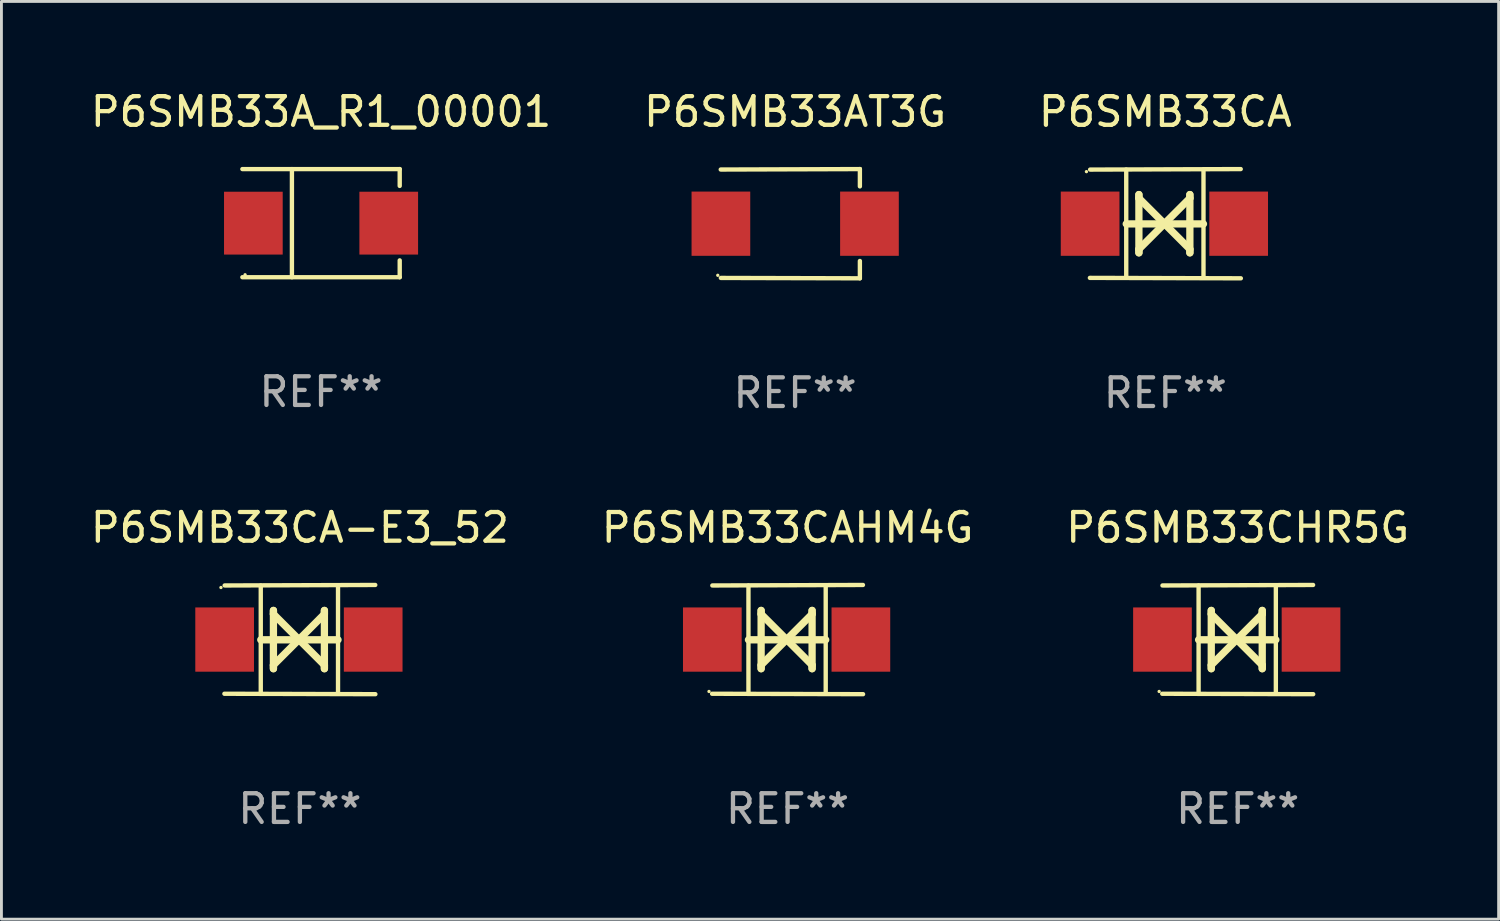
<source format=kicad_pcb>
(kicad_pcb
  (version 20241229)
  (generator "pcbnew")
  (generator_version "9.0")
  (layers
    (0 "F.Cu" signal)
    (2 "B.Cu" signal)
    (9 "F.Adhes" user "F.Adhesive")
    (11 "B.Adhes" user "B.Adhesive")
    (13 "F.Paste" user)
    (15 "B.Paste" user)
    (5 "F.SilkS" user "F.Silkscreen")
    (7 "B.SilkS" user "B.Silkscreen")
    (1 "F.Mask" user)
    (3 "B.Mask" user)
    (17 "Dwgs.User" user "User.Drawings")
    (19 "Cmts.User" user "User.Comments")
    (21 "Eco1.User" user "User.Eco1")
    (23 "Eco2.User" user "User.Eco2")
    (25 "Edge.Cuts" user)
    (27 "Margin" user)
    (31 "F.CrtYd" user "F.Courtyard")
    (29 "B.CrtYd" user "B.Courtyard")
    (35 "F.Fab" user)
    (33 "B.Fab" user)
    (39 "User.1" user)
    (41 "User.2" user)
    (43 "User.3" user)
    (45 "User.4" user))
  (footprint "P6SMB33A_R1_00001"
    (layer "F.Cu")
    (at 8.149 4.734)
    (property "Reference" "P6SMB33A_R1_00001" (at 0 -3.886 0) (layer "F.SilkS") (effects (font (size 1 1) (thickness 0.15))))
    (attr through_hole)
    (fp_line (start -2.744 -1.886) (end 2.744 -1.886) (stroke (width 0.152) (type solid)) (layer "F.SilkS"))
    (fp_line (start -2.744 1.886) (end 2.744 1.886) (stroke (width 0.152) (type solid)) (layer "F.SilkS"))
    (fp_line (start -1.016 -1.886) (end -1.016 1.886) (stroke (width 0.152) (type solid)) (layer "F.SilkS"))
    (fp_line (start 2.744 -1.886) (end 2.744 -1.299) (stroke (width 0.152) (type solid)) (layer "F.SilkS"))
    (fp_line (start 2.744 1.886) (end 2.744 1.299) (stroke (width 0.152) (type solid)) (layer "F.SilkS"))
    (fp_circle (center -2.65 1.8) (end -2.62 1.8) (stroke (width 0.06) (type solid)) (fill no) (layer "F.SilkS"))
    (fp_text user "REF**" (at 0 5.886 0) (layer "F.Fab") (effects (font (size 1 1) (thickness 0.15))))
    (pad "1" smd rect (at -2.361 0) (size 2.047 2.192) (layers "F.Cu" "F.Mask" "F.Paste"))
    (pad "2" smd rect (at 2.361 0) (size 2.047 2.192) (layers "F.Cu" "F.Mask" "F.Paste")))
  (footprint "P6SMB33CAHM4G"
    (layer "F.Cu")
    (at 24.423 19.26)
    (property "Reference" "P6SMB33CAHM4G" (at 0 -3.905 0) (layer "F.SilkS") (effects (font (size 1 1) (thickness 0.15))))
    (attr through_hole)
    (fp_line (start -1.365 1.886) (end -1.365 -1.886) (stroke (width 0.152) (type solid)) (layer "F.SilkS"))
    (fp_line (start -1.365 0.008) (end 1.33 0.008) (stroke (width 0.254) (type solid)) (layer "F.SilkS"))
    (fp_line (start -0.923 -1.016) (end -0.923 1.016) (stroke (width 0.254) (type solid)) (layer "F.SilkS"))
    (fp_line (start -0.923 -0.889) (end -0.923 -1.016) (stroke (width 0.254) (type solid)) (layer "F.SilkS"))
    (fp_line (start -0.923 0.889) (end -0.034 0) (stroke (width 0.254) (type solid)) (layer "F.SilkS"))
    (fp_line (start -0.923 1.016) (end -0.923 0.889) (stroke (width 0.254) (type solid)) (layer "F.SilkS"))
    (fp_line (start -0.034 0) (end -0.923 -0.889) (stroke (width 0.254) (type solid)) (layer "F.SilkS"))
    (fp_line (start -0.034 0) (end 0.855 0.889) (stroke (width 0.254) (type solid)) (layer "F.SilkS"))
    (fp_line (start 0.855 -1.016) (end 0.855 -0.889) (stroke (width 0.254) (type solid)) (layer "F.SilkS"))
    (fp_line (start 0.855 -0.889) (end -0.034 0) (stroke (width 0.254) (type solid)) (layer "F.SilkS"))
    (fp_line (start 0.855 0.889) (end 0.855 1.016) (stroke (width 0.254) (type solid)) (layer "F.SilkS"))
    (fp_line (start 0.855 1.016) (end 0.855 -1.016) (stroke (width 0.254) (type solid)) (layer "F.SilkS"))
    (fp_line (start 1.33 1.886) (end 1.33 -1.886) (stroke (width 0.152) (type solid)) (layer "F.SilkS"))
    (fp_line (start 2.629 -1.905) (end -2.625 -1.887) (stroke (width 0.152) (type solid)) (layer "F.SilkS"))
    (fp_line (start 2.633 1.905) (end -2.633 1.89) (stroke (width 0.152) (type solid)) (layer "F.SilkS"))
    (fp_circle (center -2.741 1.81) (end -2.711 1.81) (stroke (width 0.06) (type solid)) (fill no) (layer "F.SilkS"))
    (fp_text user "REF**" (at 0 5.905 0) (layer "F.Fab") (effects (font (size 1 1) (thickness 0.15))))
    (pad "1" smd rect (at -2.625 0) (size 2.047 2.241) (layers "F.Cu" "F.Mask" "F.Paste"))
    (pad "2" smd rect (at 2.557 0) (size 2.047 2.241) (layers "F.Cu" "F.Mask" "F.Paste")))
  (footprint "P6SMB33CHR5G"
    (layer "F.Cu")
    (at 40.125 19.26)
    (property "Reference" "P6SMB33CHR5G" (at 0 -3.905 0) (layer "F.SilkS") (effects (font (size 1 1) (thickness 0.15))))
    (attr through_hole)
    (fp_line (start -1.365 1.886) (end -1.365 -1.886) (stroke (width 0.152) (type solid)) (layer "F.SilkS"))
    (fp_line (start -1.365 0.008) (end 1.33 0.008) (stroke (width 0.254) (type solid)) (layer "F.SilkS"))
    (fp_line (start -0.923 -1.016) (end -0.923 1.016) (stroke (width 0.254) (type solid)) (layer "F.SilkS"))
    (fp_line (start -0.923 -0.889) (end -0.923 -1.016) (stroke (width 0.254) (type solid)) (layer "F.SilkS"))
    (fp_line (start -0.923 0.889) (end -0.034 0) (stroke (width 0.254) (type solid)) (layer "F.SilkS"))
    (fp_line (start -0.923 1.016) (end -0.923 0.889) (stroke (width 0.254) (type solid)) (layer "F.SilkS"))
    (fp_line (start -0.034 0) (end -0.923 -0.889) (stroke (width 0.254) (type solid)) (layer "F.SilkS"))
    (fp_line (start -0.034 0) (end 0.855 0.889) (stroke (width 0.254) (type solid)) (layer "F.SilkS"))
    (fp_line (start 0.855 -1.016) (end 0.855 -0.889) (stroke (width 0.254) (type solid)) (layer "F.SilkS"))
    (fp_line (start 0.855 -0.889) (end -0.034 0) (stroke (width 0.254) (type solid)) (layer "F.SilkS"))
    (fp_line (start 0.855 0.889) (end 0.855 1.016) (stroke (width 0.254) (type solid)) (layer "F.SilkS"))
    (fp_line (start 0.855 1.016) (end 0.855 -1.016) (stroke (width 0.254) (type solid)) (layer "F.SilkS"))
    (fp_line (start 1.33 1.886) (end 1.33 -1.886) (stroke (width 0.152) (type solid)) (layer "F.SilkS"))
    (fp_line (start 2.629 -1.905) (end -2.625 -1.887) (stroke (width 0.152) (type solid)) (layer "F.SilkS"))
    (fp_line (start 2.633 1.905) (end -2.633 1.89) (stroke (width 0.152) (type solid)) (layer "F.SilkS"))
    (fp_circle (center -2.741 1.81) (end -2.711 1.81) (stroke (width 0.06) (type solid)) (fill no) (layer "F.SilkS"))
    (fp_text user "REF**" (at 0 5.905 0) (layer "F.Fab") (effects (font (size 1 1) (thickness 0.15))))
    (pad "1" smd rect (at -2.625 0) (size 2.047 2.241) (layers "F.Cu" "F.Mask" "F.Paste"))
    (pad "2" smd rect (at 2.557 0) (size 2.047 2.241) (layers "F.Cu" "F.Mask" "F.Paste")))
  (footprint "P6SMB33CA-E3_52"
    (layer "F.Cu")
    (at 7.411 19.26)
    (property "Reference" "P6SMB33CA-E3_52" (at 0 -3.905 0) (layer "F.SilkS") (effects (font (size 1 1) (thickness 0.15))))
    (attr through_hole)
    (fp_line (start -1.365 1.886) (end -1.365 -1.886) (stroke (width 0.152) (type solid)) (layer "F.SilkS"))
    (fp_line (start -1.365 0.008) (end 1.33 0.008) (stroke (width 0.254) (type solid)) (layer "F.SilkS"))
    (fp_line (start -0.923 -1.016) (end -0.923 1.016) (stroke (width 0.254) (type solid)) (layer "F.SilkS"))
    (fp_line (start -0.923 -0.889) (end -0.923 -1.016) (stroke (width 0.254) (type solid)) (layer "F.SilkS"))
    (fp_line (start -0.923 0.889) (end -0.034 0) (stroke (width 0.254) (type solid)) (layer "F.SilkS"))
    (fp_line (start -0.923 1.016) (end -0.923 0.889) (stroke (width 0.254) (type solid)) (layer "F.SilkS"))
    (fp_line (start -0.034 0) (end -0.923 -0.889) (stroke (width 0.254) (type solid)) (layer "F.SilkS"))
    (fp_line (start -0.034 0) (end 0.855 0.889) (stroke (width 0.254) (type solid)) (layer "F.SilkS"))
    (fp_line (start 0.855 -1.016) (end 0.855 -0.889) (stroke (width 0.254) (type solid)) (layer "F.SilkS"))
    (fp_line (start 0.855 -0.889) (end -0.034 0) (stroke (width 0.254) (type solid)) (layer "F.SilkS"))
    (fp_line (start 0.855 0.889) (end 0.855 1.016) (stroke (width 0.254) (type solid)) (layer "F.SilkS"))
    (fp_line (start 0.855 1.016) (end 0.855 -1.016) (stroke (width 0.254) (type solid)) (layer "F.SilkS"))
    (fp_line (start 1.33 1.886) (end 1.33 -1.886) (stroke (width 0.152) (type solid)) (layer "F.SilkS"))
    (fp_line (start 2.629 -1.905) (end -2.625 -1.887) (stroke (width 0.152) (type solid)) (layer "F.SilkS"))
    (fp_line (start 2.633 1.905) (end -2.633 1.89) (stroke (width 0.152) (type solid)) (layer "F.SilkS"))
    (fp_circle (center -2.753 -1.816) (end -2.723 -1.816) (stroke (width 0.06) (type solid)) (fill no) (layer "F.SilkS"))
    (fp_text user "REF**" (at 0 5.905 0) (layer "F.Fab") (effects (font (size 1 1) (thickness 0.15))))
    (pad "1" smd rect (at -2.625 0) (size 2.047 2.241) (layers "F.Cu" "F.Mask" "F.Paste"))
    (pad "2" smd rect (at 2.557 0) (size 2.047 2.241) (layers "F.Cu" "F.Mask" "F.Paste")))
  (footprint "P6SMB33AT3G"
    (layer "F.Cu")
    (at 24.685 4.753)
    (property "Reference" "P6SMB33AT3G" (at 0 -3.905 0) (layer "F.SilkS") (effects (font (size 1 1) (thickness 0.15))))
    (attr through_hole)
    (fp_line (start 2.256 -1.905) (end -2.594 -1.889) (stroke (width 0.152) (type solid)) (layer "F.SilkS"))
    (fp_line (start 2.256 -1.905) (end 2.26 -1.905) (stroke (width 0.152) (type solid)) (layer "F.SilkS"))
    (fp_line (start 2.26 -1.905) (end 2.26 -1.301) (stroke (width 0.152) (type solid)) (layer "F.SilkS"))
    (fp_line (start 2.26 1.301) (end 2.26 1.905) (stroke (width 0.152) (type solid)) (layer "F.SilkS"))
    (fp_line (start 2.26 1.905) (end -2.59 1.892) (stroke (width 0.152) (type solid)) (layer "F.SilkS"))
    (fp_circle (center -2.697 1.8) (end -2.667 1.8) (stroke (width 0.06) (type solid)) (fill no) (layer "F.SilkS"))
    (fp_text user "REF**" (at 0 5.905 0) (layer "F.Fab") (effects (font (size 1 1) (thickness 0.15))))
    (pad "1" smd rect (at -2.588 0) (size 2.047 2.241) (layers "F.Cu" "F.Mask" "F.Paste"))
    (pad "2" smd rect (at 2.594 0) (size 2.047 2.241) (layers "F.Cu" "F.Mask" "F.Paste")))
  (footprint "P6SMB33CA"
    (layer "F.Cu")
    (at 37.601 4.753)
    (property "Reference" "P6SMB33CA" (at 0 -3.905 0) (layer "F.SilkS") (effects (font (size 1 1) (thickness 0.15))))
    (attr through_hole)
    (fp_line (start -1.365 1.886) (end -1.365 -1.886) (stroke (width 0.152) (type solid)) (layer "F.SilkS"))
    (fp_line (start -1.365 0.008) (end 1.33 0.008) (stroke (width 0.254) (type solid)) (layer "F.SilkS"))
    (fp_line (start -0.923 -1.016) (end -0.923 1.016) (stroke (width 0.254) (type solid)) (layer "F.SilkS"))
    (fp_line (start -0.923 -0.889) (end -0.923 -1.016) (stroke (width 0.254) (type solid)) (layer "F.SilkS"))
    (fp_line (start -0.923 0.889) (end -0.034 0) (stroke (width 0.254) (type solid)) (layer "F.SilkS"))
    (fp_line (start -0.923 1.016) (end -0.923 0.889) (stroke (width 0.254) (type solid)) (layer "F.SilkS"))
    (fp_line (start -0.034 0) (end -0.923 -0.889) (stroke (width 0.254) (type solid)) (layer "F.SilkS"))
    (fp_line (start -0.034 0) (end 0.855 0.889) (stroke (width 0.254) (type solid)) (layer "F.SilkS"))
    (fp_line (start 0.855 -1.016) (end 0.855 -0.889) (stroke (width 0.254) (type solid)) (layer "F.SilkS"))
    (fp_line (start 0.855 -0.889) (end -0.034 0) (stroke (width 0.254) (type solid)) (layer "F.SilkS"))
    (fp_line (start 0.855 0.889) (end 0.855 1.016) (stroke (width 0.254) (type solid)) (layer "F.SilkS"))
    (fp_line (start 0.855 1.016) (end 0.855 -1.016) (stroke (width 0.254) (type solid)) (layer "F.SilkS"))
    (fp_line (start 1.33 1.886) (end 1.33 -1.886) (stroke (width 0.152) (type solid)) (layer "F.SilkS"))
    (fp_line (start 2.629 -1.905) (end -2.625 -1.887) (stroke (width 0.152) (type solid)) (layer "F.SilkS"))
    (fp_line (start 2.633 1.905) (end -2.633 1.89) (stroke (width 0.152) (type solid)) (layer "F.SilkS"))
    (fp_circle (center -2.753 -1.816) (end -2.723 -1.816) (stroke (width 0.06) (type solid)) (fill no) (layer "F.SilkS"))
    (fp_text user "REF**" (at 0 5.905 0) (layer "F.Fab") (effects (font (size 1 1) (thickness 0.15))))
    (pad "1" smd rect (at -2.625 0) (size 2.047 2.241) (layers "F.Cu" "F.Mask" "F.Paste"))
    (pad "2" smd rect (at 2.557 0) (size 2.047 2.241) (layers "F.Cu" "F.Mask" "F.Paste")))
  (gr_rect
    (start -3 -3)
    (end 49.226 29.013)
    (stroke (width 0.1) (type default))
    (fill no)
    (layer "Edge.Cuts")))
</source>
